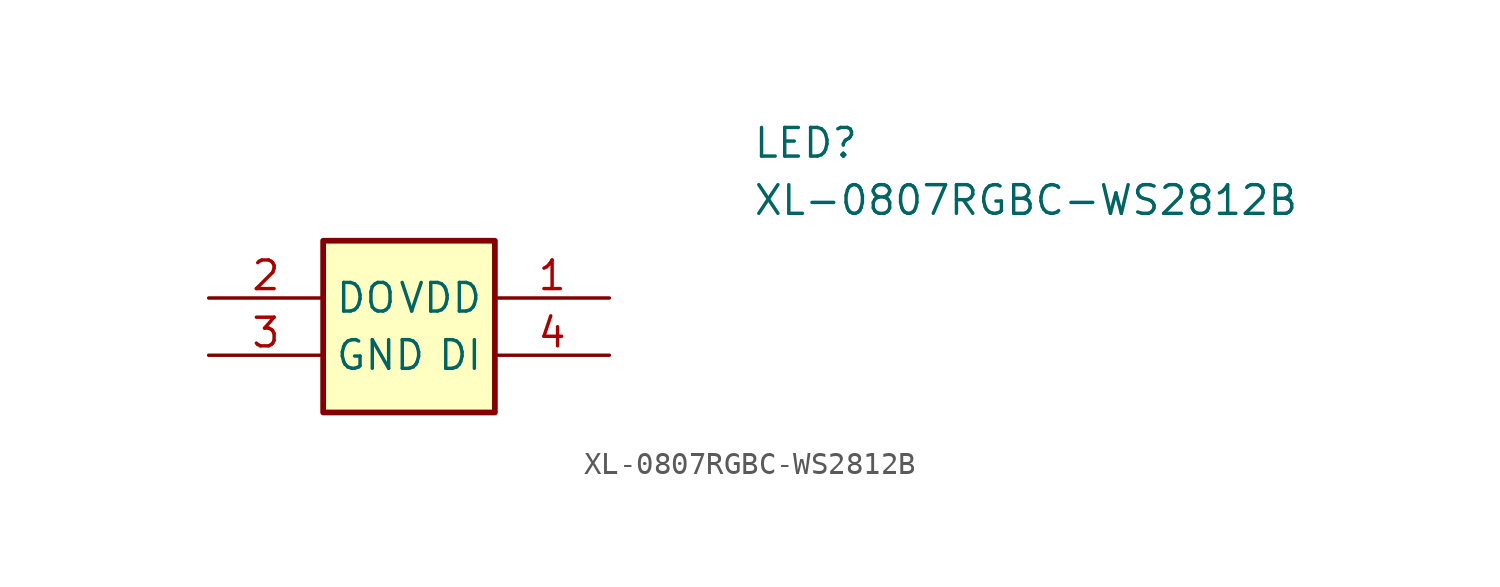
<source format=kicad_sym>
(kicad_symbol_lib
  (version 20231120)
  (generator "kicad_symbol_editor")
  (generator_version "8.0")
  (symbol "XL-0807RGBC-WS2812B"
    (property "Reference" "LED"
      (at 24.13 7.62 0)
      (effects (font (size 1.27 1.27)) (justify left top)))
    (property "Value" "XL-0807RGBC-WS2812B"
      (at 24.13 5.08 0)
      (effects (font (size 1.27 1.27)) (justify left top)))
    (symbol "XL-0807RGBC-WS2812B_1_1"
      (rectangle (start 5.08 2.54) (end 12.7 -5.08) (stroke (width 0.254) (type default)) (fill (type background)))
      (pin passive line (at 17.78 0 180) (length 5.08) (name "VDD" (effects (font (size 1.27 1.27)))) (number "1" (effects (font (size 1.27 1.27)))))
      (pin passive line (at 0 0 0) (length 5.08) (name "DO" (effects (font (size 1.27 1.27)))) (number "2" (effects (font (size 1.27 1.27)))))
      (pin passive line (at 0 -2.54 0) (length 5.08) (name "GND" (effects (font (size 1.27 1.27)))) (number "3" (effects (font (size 1.27 1.27)))))
      (pin passive line (at 17.78 -2.54 180) (length 5.08) (name "DI" (effects (font (size 1.27 1.27)))) (number "4" (effects (font (size 1.27 1.27))))))))
</source>
